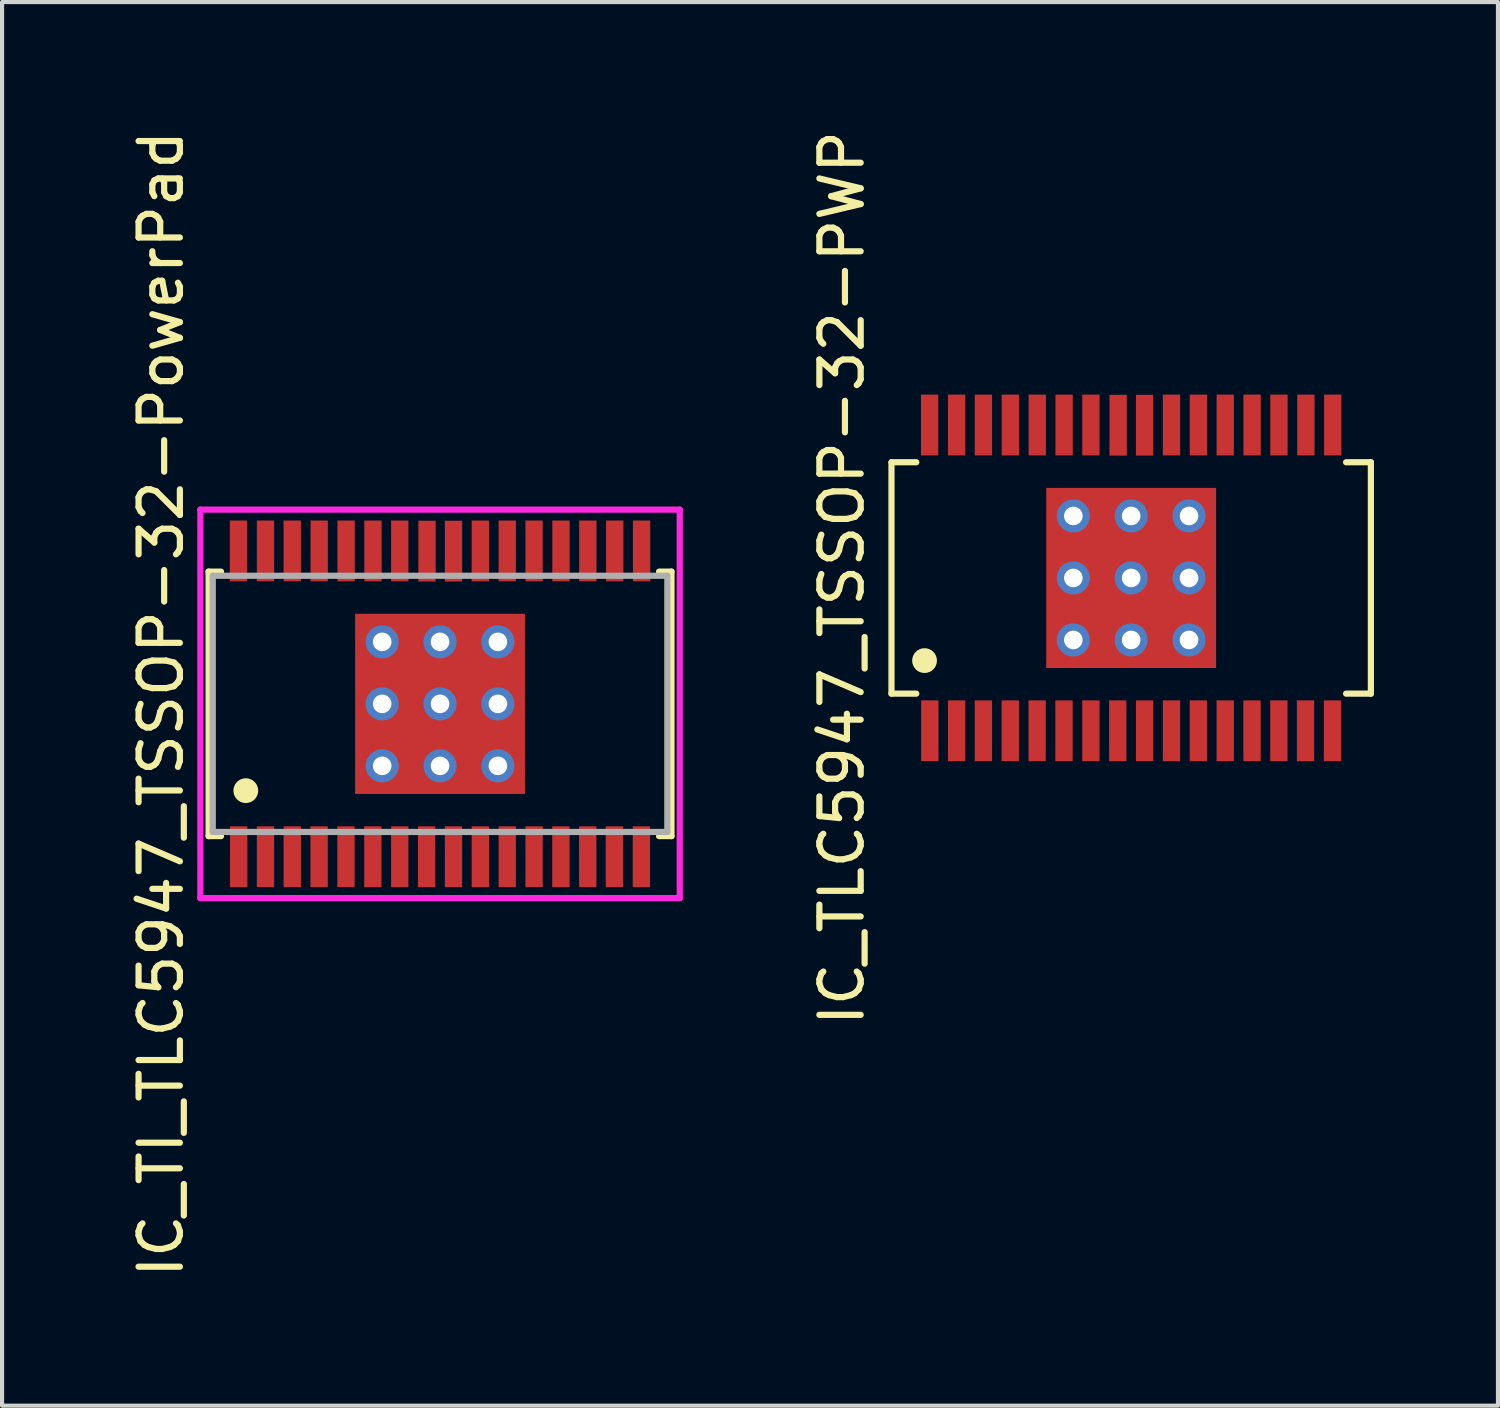
<source format=kicad_pcb>
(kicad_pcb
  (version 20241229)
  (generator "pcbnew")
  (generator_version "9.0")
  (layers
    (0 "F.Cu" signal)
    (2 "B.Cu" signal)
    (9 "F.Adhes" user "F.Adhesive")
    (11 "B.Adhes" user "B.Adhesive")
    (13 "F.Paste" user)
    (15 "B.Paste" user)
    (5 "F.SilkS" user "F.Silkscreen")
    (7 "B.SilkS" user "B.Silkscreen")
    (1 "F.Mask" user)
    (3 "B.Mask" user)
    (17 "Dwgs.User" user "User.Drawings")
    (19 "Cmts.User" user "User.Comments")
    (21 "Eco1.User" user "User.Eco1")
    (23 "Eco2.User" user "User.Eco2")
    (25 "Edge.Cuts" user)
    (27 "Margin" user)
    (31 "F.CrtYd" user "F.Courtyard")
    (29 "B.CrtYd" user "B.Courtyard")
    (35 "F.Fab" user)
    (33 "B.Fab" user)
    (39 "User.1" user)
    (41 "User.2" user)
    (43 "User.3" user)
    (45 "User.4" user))
  (footprint "IC_TI_TLC5947_TSSOP-32-PowerPad"
    (layer "F.Cu")
    (at 7.598 13.982)
    (property "Reference" "IC_TI_TLC5947_TSSOP-32-PowerPad" (at -6.75 0 90) (layer "F.SilkS") (effects (font (size 1 1) (thickness 0.15))))
    (attr smd)
    (fp_line (start -5.6 -3.2) (end -5.3 -3.2) (stroke (width 0.15) (type solid)) (layer "F.SilkS"))
    (fp_line (start -5.6 3.2) (end -5.6 -3.2) (stroke (width 0.15) (type solid)) (layer "F.SilkS"))
    (fp_line (start -5.3 3.2) (end -5.6 3.2) (stroke (width 0.15) (type solid)) (layer "F.SilkS"))
    (fp_line (start 5.3 -3.2) (end 5.6 -3.2) (stroke (width 0.15) (type solid)) (layer "F.SilkS"))
    (fp_line (start 5.6 -3.2) (end 5.6 3.2) (stroke (width 0.15) (type solid)) (layer "F.SilkS"))
    (fp_line (start 5.6 3.2) (end 5.3 3.2) (stroke (width 0.15) (type solid)) (layer "F.SilkS"))
    (fp_circle (center -4.7 2.1) (end -4.55 2.1) (stroke (width 0.3) (type solid)) (fill no) (layer "F.SilkS"))
    (fp_line (start -5.8 -4.7) (end 5.8 -4.7) (stroke (width 0.15) (type solid)) (layer "F.CrtYd"))
    (fp_line (start -5.8 4.7) (end -5.8 -4.7) (stroke (width 0.15) (type solid)) (layer "F.CrtYd"))
    (fp_line (start 5.8 -4.7) (end 5.8 4.7) (stroke (width 0.15) (type solid)) (layer "F.CrtYd"))
    (fp_line (start 5.8 4.7) (end -5.8 4.7) (stroke (width 0.15) (type solid)) (layer "F.CrtYd"))
    (fp_line (start -5.5 -3.1) (end 5.5 -3.1) (stroke (width 0.15) (type solid)) (layer "F.Fab"))
    (fp_line (start -5.5 3.1) (end -5.5 -3.1) (stroke (width 0.15) (type solid)) (layer "F.Fab"))
    (fp_line (start 5.5 -3.1) (end 5.5 3.1) (stroke (width 0.15) (type solid)) (layer "F.Fab"))
    (fp_line (start 5.5 3.1) (end -5.5 3.1) (stroke (width 0.15) (type solid)) (layer "F.Fab"))
    (pad "1" smd rect (at -4.872 3.698) (size 0.419 1.471) (layers "F.Cu" "F.Mask"))
    (pad "2" smd rect (at -4.224 3.698) (size 0.419 1.471) (layers "F.Cu" "F.Mask"))
    (pad "3" smd rect (at -3.576 3.698) (size 0.419 1.471) (layers "F.Cu" "F.Mask"))
    (pad "4" smd rect (at -2.926 3.698) (size 0.419 1.471) (layers "F.Cu" "F.Mask"))
    (pad "5" smd rect (at -2.276 3.698) (size 0.419 1.471) (layers "F.Cu" "F.Mask"))
    (pad "6" smd rect (at -1.626 3.698) (size 0.419 1.471) (layers "F.Cu" "F.Mask"))
    (pad "7" smd rect (at -0.975 3.698) (size 0.419 1.471) (layers "F.Cu" "F.Mask"))
    (pad "8" smd rect (at -0.325 3.698) (size 0.419 1.471) (layers "F.Cu" "F.Mask"))
    (pad "9" smd rect (at 0.325 3.698) (size 0.419 1.471) (layers "F.Cu" "F.Mask"))
    (pad "10" smd rect (at 0.975 3.698) (size 0.419 1.471) (layers "F.Cu" "F.Mask"))
    (pad "11" smd rect (at 1.626 3.698) (size 0.419 1.471) (layers "F.Cu" "F.Mask"))
    (pad "12" smd rect (at 2.276 3.698) (size 0.419 1.471) (layers "F.Cu" "F.Mask"))
    (pad "13" smd rect (at 2.924 3.698) (size 0.419 1.471) (layers "F.Cu" "F.Mask"))
    (pad "14" smd rect (at 3.574 3.698) (size 0.419 1.471) (layers "F.Cu" "F.Mask"))
    (pad "15" smd rect (at 4.219 3.698) (size 0.419 1.471) (layers "F.Cu" "F.Mask"))
    (pad "16" smd rect (at 4.872 3.698) (size 0.419 1.471) (layers "F.Cu" "F.Mask"))
    (pad "17" smd rect (at 4.877 -3.701) (size 0.419 1.471) (layers "F.Cu" "F.Mask"))
    (pad "18" smd rect (at 4.227 -3.701) (size 0.419 1.471) (layers "F.Cu" "F.Mask"))
    (pad "19" smd rect (at 3.576 -3.701) (size 0.419 1.471) (layers "F.Cu" "F.Mask"))
    (pad "20" smd rect (at 2.926 -3.701) (size 0.419 1.471) (layers "F.Cu" "F.Mask"))
    (pad "21" smd rect (at 2.276 -3.701) (size 0.419 1.471) (layers "F.Cu" "F.Mask"))
    (pad "22" smd rect (at 1.626 -3.701) (size 0.419 1.471) (layers "F.Cu" "F.Mask"))
    (pad "23" smd rect (at 0.975 -3.701) (size 0.419 1.471) (layers "F.Cu" "F.Mask"))
    (pad "24" smd rect (at 0.325 -3.696) (size 0.419 1.471) (layers "F.Cu" "F.Mask"))
    (pad "25" smd rect (at -0.315 -3.696) (size 0.419 1.471) (layers "F.Cu" "F.Mask"))
    (pad "26" smd rect (at -0.975 -3.701) (size 0.419 1.471) (layers "F.Cu" "F.Mask"))
    (pad "27" smd rect (at -1.623 -3.701) (size 0.419 1.471) (layers "F.Cu" "F.Mask"))
    (pad "28" smd rect (at -2.273 -3.701) (size 0.419 1.471) (layers "F.Cu" "F.Mask"))
    (pad "29" smd rect (at -2.924 -3.701) (size 0.419 1.471) (layers "F.Cu" "F.Mask"))
    (pad "30" smd rect (at -3.576 -3.701) (size 0.419 1.471) (layers "F.Cu" "F.Mask"))
    (pad "31" smd rect (at -4.224 -3.701) (size 0.419 1.471) (layers "F.Cu" "F.Mask"))
    (pad "32" smd rect (at -4.877 -3.701) (size 0.419 1.471) (layers "F.Cu" "F.Mask"))
    (pad "33" thru_hole circle (at -1.4 -1.5) (size 0.8 0.8) (drill 0.45) (layers "*.Cu" "*.Mask"))
    (pad "33" thru_hole circle (at -1.4 0) (size 0.8 0.8) (drill 0.45) (layers "*.Cu" "*.Mask"))
    (pad "33" thru_hole circle (at -1.4 1.5) (size 0.8 0.8) (drill 0.45) (layers "*.Cu" "*.Mask"))
    (pad "33" thru_hole circle (at 0 -1.5) (size 0.8 0.8) (drill 0.45) (layers "*.Cu" "*.Mask"))
    (pad "33" thru_hole circle (at 0 0) (size 0.8 0.8) (drill 0.45) (layers "*.Cu" "*.Mask"))
    (pad "33" smd rect (at 0 0) (size 4.11 4.359) (layers "F.Cu" "F.Mask"))
    (pad "33" thru_hole circle (at 0 1.5) (size 0.8 0.8) (drill 0.45) (layers "*.Cu" "*.Mask"))
    (pad "33" thru_hole circle (at 1.4 -1.5) (size 0.8 0.8) (drill 0.45) (layers "*.Cu" "*.Mask"))
    (pad "33" thru_hole circle (at 1.4 0) (size 0.8 0.8) (drill 0.45) (layers "*.Cu" "*.Mask"))
    (pad "33" thru_hole circle (at 1.4 1.5) (size 0.8 0.8) (drill 0.45) (layers "*.Cu" "*.Mask")))
  (footprint "IC_TLC5947_TSSOP-32-PWP"
    (layer "F.Cu")
    (at 24.322 10.935)
    (property "Reference" "IC_TLC5947_TSSOP-32-PWP" (at -7 0 90) (layer "F.SilkS") (effects (font (size 1 1) (thickness 0.15))))
    (attr through_hole)
    (fp_line (start -5.8 -2.8) (end -5.8 2.8) (stroke (width 0.15) (type solid)) (layer "F.SilkS"))
    (fp_line (start -5.8 2.8) (end -5.2 2.8) (stroke (width 0.15) (type solid)) (layer "F.SilkS"))
    (fp_line (start -5.2 -2.8) (end -5.8 -2.8) (stroke (width 0.15) (type solid)) (layer "F.SilkS"))
    (fp_line (start 5.2 2.8) (end 5.8 2.8) (stroke (width 0.15) (type solid)) (layer "F.SilkS"))
    (fp_line (start 5.8 -2.8) (end 5.2 -2.8) (stroke (width 0.15) (type solid)) (layer "F.SilkS"))
    (fp_line (start 5.8 2.8) (end 5.8 -2.8) (stroke (width 0.15) (type solid)) (layer "F.SilkS"))
    (fp_circle (center -5 2) (end -4.85 2) (stroke (width 0.3) (type solid)) (fill no) (layer "F.SilkS"))
    (pad "1" smd rect (at -4.872 3.698) (size 0.419 1.471) (layers "F.Cu" "F.Mask"))
    (pad "2" smd rect (at -4.224 3.698) (size 0.419 1.471) (layers "F.Cu" "F.Mask"))
    (pad "3" smd rect (at -3.576 3.698) (size 0.419 1.471) (layers "F.Cu" "F.Mask"))
    (pad "4" smd rect (at -2.926 3.698) (size 0.419 1.471) (layers "F.Cu" "F.Mask"))
    (pad "5" smd rect (at -2.276 3.698) (size 0.419 1.471) (layers "F.Cu" "F.Mask"))
    (pad "6" smd rect (at -1.626 3.698) (size 0.419 1.471) (layers "F.Cu" "F.Mask"))
    (pad "7" smd rect (at -0.975 3.698) (size 0.419 1.471) (layers "F.Cu" "F.Mask"))
    (pad "8" smd rect (at -0.325 3.698) (size 0.419 1.471) (layers "F.Cu" "F.Mask"))
    (pad "9" smd rect (at 0.325 3.698) (size 0.419 1.471) (layers "F.Cu" "F.Mask"))
    (pad "10" smd rect (at 0.975 3.698) (size 0.419 1.471) (layers "F.Cu" "F.Mask"))
    (pad "11" smd rect (at 1.626 3.698) (size 0.419 1.471) (layers "F.Cu" "F.Mask"))
    (pad "12" smd rect (at 2.276 3.698) (size 0.419 1.471) (layers "F.Cu" "F.Mask"))
    (pad "13" smd rect (at 2.924 3.698) (size 0.419 1.471) (layers "F.Cu" "F.Mask"))
    (pad "14" smd rect (at 3.574 3.698) (size 0.419 1.471) (layers "F.Cu" "F.Mask"))
    (pad "15" smd rect (at 4.219 3.698) (size 0.419 1.471) (layers "F.Cu" "F.Mask"))
    (pad "16" smd rect (at 4.872 3.698) (size 0.419 1.471) (layers "F.Cu" "F.Mask"))
    (pad "17" smd rect (at 4.877 -3.701) (size 0.419 1.471) (layers "F.Cu" "F.Mask"))
    (pad "18" smd rect (at 4.227 -3.701) (size 0.419 1.471) (layers "F.Cu" "F.Mask"))
    (pad "19" smd rect (at 3.576 -3.701) (size 0.419 1.471) (layers "F.Cu" "F.Mask"))
    (pad "20" smd rect (at 2.926 -3.701) (size 0.419 1.471) (layers "F.Cu" "F.Mask"))
    (pad "21" smd rect (at 2.276 -3.701) (size 0.419 1.471) (layers "F.Cu" "F.Mask"))
    (pad "22" smd rect (at 1.626 -3.701) (size 0.419 1.471) (layers "F.Cu" "F.Mask"))
    (pad "23" smd rect (at 0.975 -3.701) (size 0.419 1.471) (layers "F.Cu" "F.Mask"))
    (pad "24" smd rect (at 0.325 -3.696) (size 0.419 1.471) (layers "F.Cu" "F.Mask"))
    (pad "25" smd rect (at -0.315 -3.696) (size 0.419 1.471) (layers "F.Cu" "F.Mask"))
    (pad "26" smd rect (at -0.975 -3.701) (size 0.419 1.471) (layers "F.Cu" "F.Mask"))
    (pad "27" smd rect (at -1.623 -3.701) (size 0.419 1.471) (layers "F.Cu" "F.Mask"))
    (pad "28" smd rect (at -2.273 -3.701) (size 0.419 1.471) (layers "F.Cu" "F.Mask"))
    (pad "29" smd rect (at -2.924 -3.701) (size 0.419 1.471) (layers "F.Cu" "F.Mask"))
    (pad "30" smd rect (at -3.576 -3.701) (size 0.419 1.471) (layers "F.Cu" "F.Mask"))
    (pad "31" smd rect (at -4.224 -3.701) (size 0.419 1.471) (layers "F.Cu" "F.Mask"))
    (pad "32" smd rect (at -4.877 -3.701) (size 0.419 1.471) (layers "F.Cu" "F.Mask"))
    (pad "33" thru_hole circle (at -1.4 -1.5) (size 0.8 0.8) (drill 0.45) (layers "*.Cu" "*.Mask"))
    (pad "33" thru_hole circle (at -1.4 0) (size 0.8 0.8) (drill 0.45) (layers "*.Cu" "*.Mask"))
    (pad "33" thru_hole circle (at -1.4 1.5) (size 0.8 0.8) (drill 0.45) (layers "*.Cu" "*.Mask"))
    (pad "33" thru_hole circle (at 0 -1.5) (size 0.8 0.8) (drill 0.45) (layers "*.Cu" "*.Mask"))
    (pad "33" thru_hole circle (at 0 0) (size 0.8 0.8) (drill 0.45) (layers "*.Cu" "*.Mask"))
    (pad "33" smd rect (at 0 0) (size 4.11 4.359) (layers "F.Cu" "F.Mask"))
    (pad "33" thru_hole circle (at 0 1.5) (size 0.8 0.8) (drill 0.45) (layers "*.Cu" "*.Mask"))
    (pad "33" thru_hole circle (at 1.4 -1.5) (size 0.8 0.8) (drill 0.45) (layers "*.Cu" "*.Mask"))
    (pad "33" thru_hole circle (at 1.4 0) (size 0.8 0.8) (drill 0.45) (layers "*.Cu" "*.Mask"))
    (pad "33" thru_hole circle (at 1.4 1.5) (size 0.8 0.8) (drill 0.45) (layers "*.Cu" "*.Mask")))
  (gr_rect
    (start -3 -3)
    (end 33.197 30.964)
    (stroke (width 0.1) (type default))
    (fill no)
    (layer "Edge.Cuts")))
</source>
